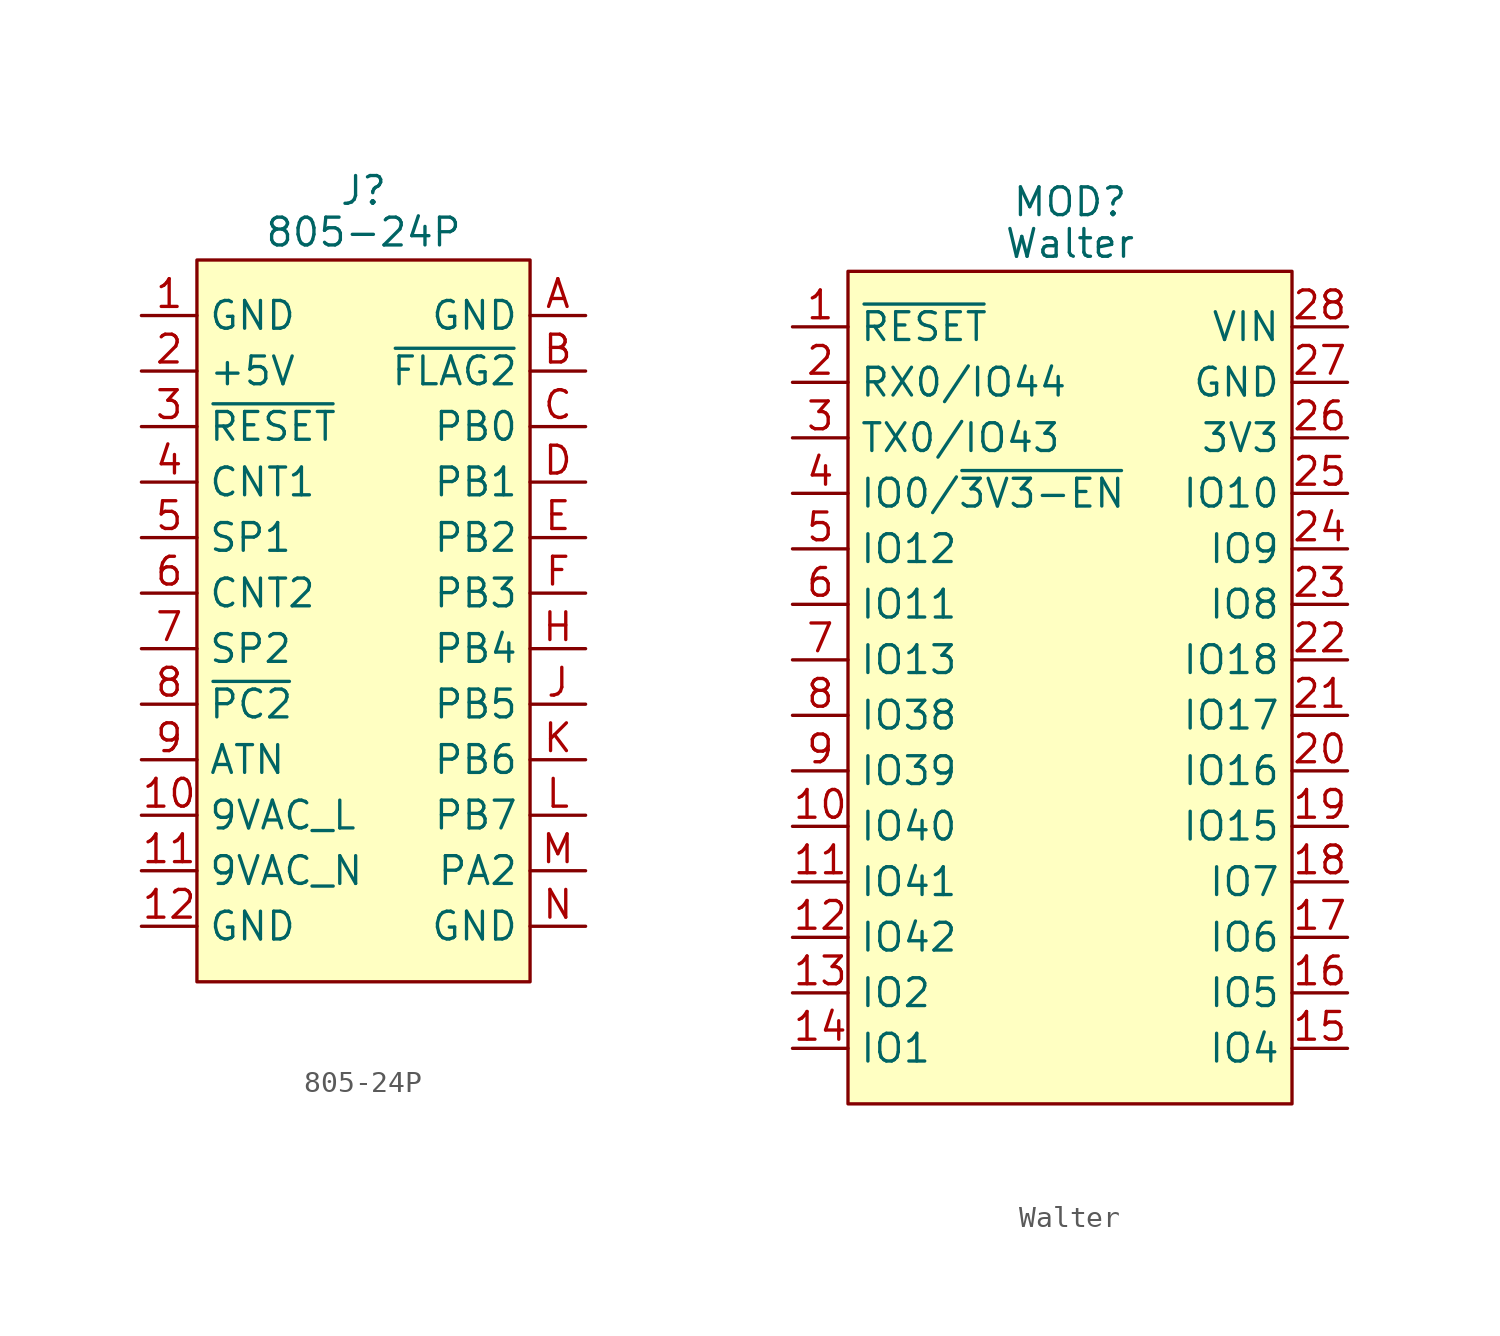
<source format=kicad_sym>
(kicad_symbol_lib
  (version 20241209)
  (generator "kicad_symbol_editor")
  (generator_version "9.0")
  (symbol "805-24P"
    (property "Reference" "J"
      (at 0 19.685 0)
      (effects (font (size 1.27 1.27))))
    (property "Value" "805-24P"
      (at 0 17.78 0)
      (effects (font (size 1.27 1.27))))
    (symbol "805-24P_0_1"
      (rectangle (start -7.62 16.51) (end 7.62 -16.51) (stroke (width 0) (type default)) (fill (type background))))
    (symbol "805-24P_1_1"
      (pin passive line (at -10.16 13.97 0) (length 2.54) (name "GND" (effects (font (size 1.27 1.27)))) (number "1" (effects (font (size 1.27 1.27)))))
      (pin power_out line (at -10.16 11.43 0) (length 2.54) (name "+5V" (effects (font (size 1.27 1.27)))) (number "2" (effects (font (size 1.27 1.27)))))
      (pin bidirectional line (at -10.16 8.89 0) (length 2.54) (name "~{RESET}" (effects (font (size 1.27 1.27)))) (number "3" (effects (font (size 1.27 1.27)))))
      (pin bidirectional line (at -10.16 6.35 0) (length 2.54) (name "CNT1" (effects (font (size 1.27 1.27)))) (number "4" (effects (font (size 1.27 1.27)))))
      (pin bidirectional line (at -10.16 3.81 0) (length 2.54) (name "SP1" (effects (font (size 1.27 1.27)))) (number "5" (effects (font (size 1.27 1.27)))))
      (pin bidirectional line (at -10.16 1.27 0) (length 2.54) (name "CNT2" (effects (font (size 1.27 1.27)))) (number "6" (effects (font (size 1.27 1.27)))))
      (pin bidirectional line (at -10.16 -1.27 0) (length 2.54) (name "SP2" (effects (font (size 1.27 1.27)))) (number "7" (effects (font (size 1.27 1.27)))))
      (pin output line (at -10.16 -3.81 0) (length 2.54) (name "~{PC2}" (effects (font (size 1.27 1.27)))) (number "8" (effects (font (size 1.27 1.27)))))
      (pin input line (at -10.16 -6.35 0) (length 2.54) (name "ATN" (effects (font (size 1.27 1.27)))) (number "9" (effects (font (size 1.27 1.27)))))
      (pin power_out line (at -10.16 -8.89 0) (length 2.54) (name "9VAC_L" (effects (font (size 1.27 1.27)))) (number "10" (effects (font (size 1.27 1.27)))))
      (pin power_out line (at -10.16 -11.43 0) (length 2.54) (name "9VAC_N" (effects (font (size 1.27 1.27)))) (number "11" (effects (font (size 1.27 1.27)))))
      (pin passive line (at -10.16 -13.97 0) (length 2.54) (name "GND" (effects (font (size 1.27 1.27)))) (number "12" (effects (font (size 1.27 1.27)))))
      (pin passive line (at 10.16 13.97 180) (length 2.54) (name "GND" (effects (font (size 1.27 1.27)))) (number "A" (effects (font (size 1.27 1.27)))))
      (pin output line (at 10.16 11.43 180) (length 2.54) (name "~{FLAG2}" (effects (font (size 1.27 1.27)))) (number "B" (effects (font (size 1.27 1.27)))))
      (pin bidirectional line (at 10.16 8.89 180) (length 2.54) (name "PB0" (effects (font (size 1.27 1.27)))) (number "C" (effects (font (size 1.27 1.27)))))
      (pin bidirectional line (at 10.16 6.35 180) (length 2.54) (name "PB1" (effects (font (size 1.27 1.27)))) (number "D" (effects (font (size 1.27 1.27)))))
      (pin bidirectional line (at 10.16 3.81 180) (length 2.54) (name "PB2" (effects (font (size 1.27 1.27)))) (number "E" (effects (font (size 1.27 1.27)))))
      (pin bidirectional line (at 10.16 1.27 180) (length 2.54) (name "PB3" (effects (font (size 1.27 1.27)))) (number "F" (effects (font (size 1.27 1.27)))))
      (pin bidirectional line (at 10.16 -1.27 180) (length 2.54) (name "PB4" (effects (font (size 1.27 1.27)))) (number "H" (effects (font (size 1.27 1.27)))))
      (pin bidirectional line (at 10.16 -3.81 180) (length 2.54) (name "PB5" (effects (font (size 1.27 1.27)))) (number "J" (effects (font (size 1.27 1.27)))))
      (pin bidirectional line (at 10.16 -6.35 180) (length 2.54) (name "PB6" (effects (font (size 1.27 1.27)))) (number "K" (effects (font (size 1.27 1.27)))))
      (pin bidirectional line (at 10.16 -8.89 180) (length 2.54) (name "PB7" (effects (font (size 1.27 1.27)))) (number "L" (effects (font (size 1.27 1.27)))))
      (pin bidirectional line (at 10.16 -11.43 180) (length 2.54) (name "PA2" (effects (font (size 1.27 1.27)))) (number "M" (effects (font (size 1.27 1.27)))))
      (pin passive line (at 10.16 -13.97 180) (length 2.54) (name "GND" (effects (font (size 1.27 1.27)))) (number "N" (effects (font (size 1.27 1.27)))))))
  (symbol "Walter"
    (property "Reference" "MOD"
      (at 0 20.955 0)
      (effects (font (size 1.27 1.27))))
    (property "Value" "Walter"
      (at 0 19.05 0)
      (effects (font (size 1.27 1.27))))
    (symbol "Walter_0_1"
      (rectangle (start -10.16 17.78) (end 10.16 -20.32) (stroke (width 0.152) (type default)) (fill (type background))))
    (symbol "Walter_1_1"
      (pin input line (at -12.7 15.24 0) (length 2.54) (name "~{RESET}" (effects (font (size 1.27 1.27)))) (number "1" (effects (font (size 1.27 1.27)))))
      (pin bidirectional line (at -12.7 12.7 0) (length 2.54) (name "RX0/IO44" (effects (font (size 1.27 1.27)))) (number "2" (effects (font (size 1.27 1.27)))))
      (pin bidirectional line (at -12.7 10.16 0) (length 2.54) (name "TX0/IO43" (effects (font (size 1.27 1.27)))) (number "3" (effects (font (size 1.27 1.27)))))
      (pin bidirectional line (at -12.7 7.62 0) (length 2.54) (name "IO0/~{3V3-EN}" (effects (font (size 1.27 1.27)))) (number "4" (effects (font (size 1.27 1.27)))))
      (pin bidirectional line (at -12.7 5.08 0) (length 2.54) (name "IO12" (effects (font (size 1.27 1.27)))) (number "5" (effects (font (size 1.27 1.27)))))
      (pin bidirectional line (at -12.7 2.54 0) (length 2.54) (name "IO11" (effects (font (size 1.27 1.27)))) (number "6" (effects (font (size 1.27 1.27)))))
      (pin bidirectional line (at -12.7 0 0) (length 2.54) (name "IO13" (effects (font (size 1.27 1.27)))) (number "7" (effects (font (size 1.27 1.27)))))
      (pin bidirectional line (at -12.7 -2.54 0) (length 2.54) (name "IO38" (effects (font (size 1.27 1.27)))) (number "8" (effects (font (size 1.27 1.27)))))
      (pin bidirectional line (at -12.7 -5.08 0) (length 2.54) (name "IO39" (effects (font (size 1.27 1.27)))) (number "9" (effects (font (size 1.27 1.27)))))
      (pin input line (at -12.7 -7.62 0) (length 2.54) (name "IO40" (effects (font (size 1.27 1.27)))) (number "10" (effects (font (size 1.27 1.27)))))
      (pin bidirectional line (at -12.7 -10.16 0) (length 2.54) (name "IO41" (effects (font (size 1.27 1.27)))) (number "11" (effects (font (size 1.27 1.27)))))
      (pin bidirectional line (at -12.7 -12.7 0) (length 2.54) (name "IO42" (effects (font (size 1.27 1.27)))) (number "12" (effects (font (size 1.27 1.27)))))
      (pin bidirectional line (at -12.7 -15.24 0) (length 2.54) (name "IO2" (effects (font (size 1.27 1.27)))) (number "13" (effects (font (size 1.27 1.27)))))
      (pin bidirectional line (at -12.7 -17.78 0) (length 2.54) (name "IO1" (effects (font (size 1.27 1.27)))) (number "14" (effects (font (size 1.27 1.27)))))
      (pin power_in line (at 12.7 15.24 180) (length 2.54) (name "VIN" (effects (font (size 1.27 1.27)))) (number "28" (effects (font (size 1.27 1.27)))))
      (pin power_in line (at 12.7 12.7 180) (length 2.54) (name "GND" (effects (font (size 1.27 1.27)))) (number "27" (effects (font (size 1.27 1.27)))))
      (pin power_out line (at 12.7 10.16 180) (length 2.54) (name "3V3" (effects (font (size 1.27 1.27)))) (number "26" (effects (font (size 1.27 1.27)))))
      (pin bidirectional line (at 12.7 7.62 180) (length 2.54) (name "IO10" (effects (font (size 1.27 1.27)))) (number "25" (effects (font (size 1.27 1.27)))))
      (pin bidirectional line (at 12.7 5.08 180) (length 2.54) (name "IO9" (effects (font (size 1.27 1.27)))) (number "24" (effects (font (size 1.27 1.27)))))
      (pin bidirectional line (at 12.7 2.54 180) (length 2.54) (name "IO8" (effects (font (size 1.27 1.27)))) (number "23" (effects (font (size 1.27 1.27)))))
      (pin bidirectional line (at 12.7 0 180) (length 2.54) (name "IO18" (effects (font (size 1.27 1.27)))) (number "22" (effects (font (size 1.27 1.27)))))
      (pin bidirectional line (at 12.7 -2.54 180) (length 2.54) (name "IO17" (effects (font (size 1.27 1.27)))) (number "21" (effects (font (size 1.27 1.27)))))
      (pin bidirectional line (at 12.7 -5.08 180) (length 2.54) (name "IO16" (effects (font (size 1.27 1.27)))) (number "20" (effects (font (size 1.27 1.27)))))
      (pin bidirectional line (at 12.7 -7.62 180) (length 2.54) (name "IO15" (effects (font (size 1.27 1.27)))) (number "19" (effects (font (size 1.27 1.27)))))
      (pin bidirectional line (at 12.7 -10.16 180) (length 2.54) (name "IO7" (effects (font (size 1.27 1.27)))) (number "18" (effects (font (size 1.27 1.27)))))
      (pin bidirectional line (at 12.7 -12.7 180) (length 2.54) (name "IO6" (effects (font (size 1.27 1.27)))) (number "17" (effects (font (size 1.27 1.27)))))
      (pin bidirectional line (at 12.7 -15.24 180) (length 2.54) (name "IO5" (effects (font (size 1.27 1.27)))) (number "16" (effects (font (size 1.27 1.27)))))
      (pin bidirectional line (at 12.7 -17.78 180) (length 2.54) (name "IO4" (effects (font (size 1.27 1.27)))) (number "15" (effects (font (size 1.27 1.27))))))))
</source>
